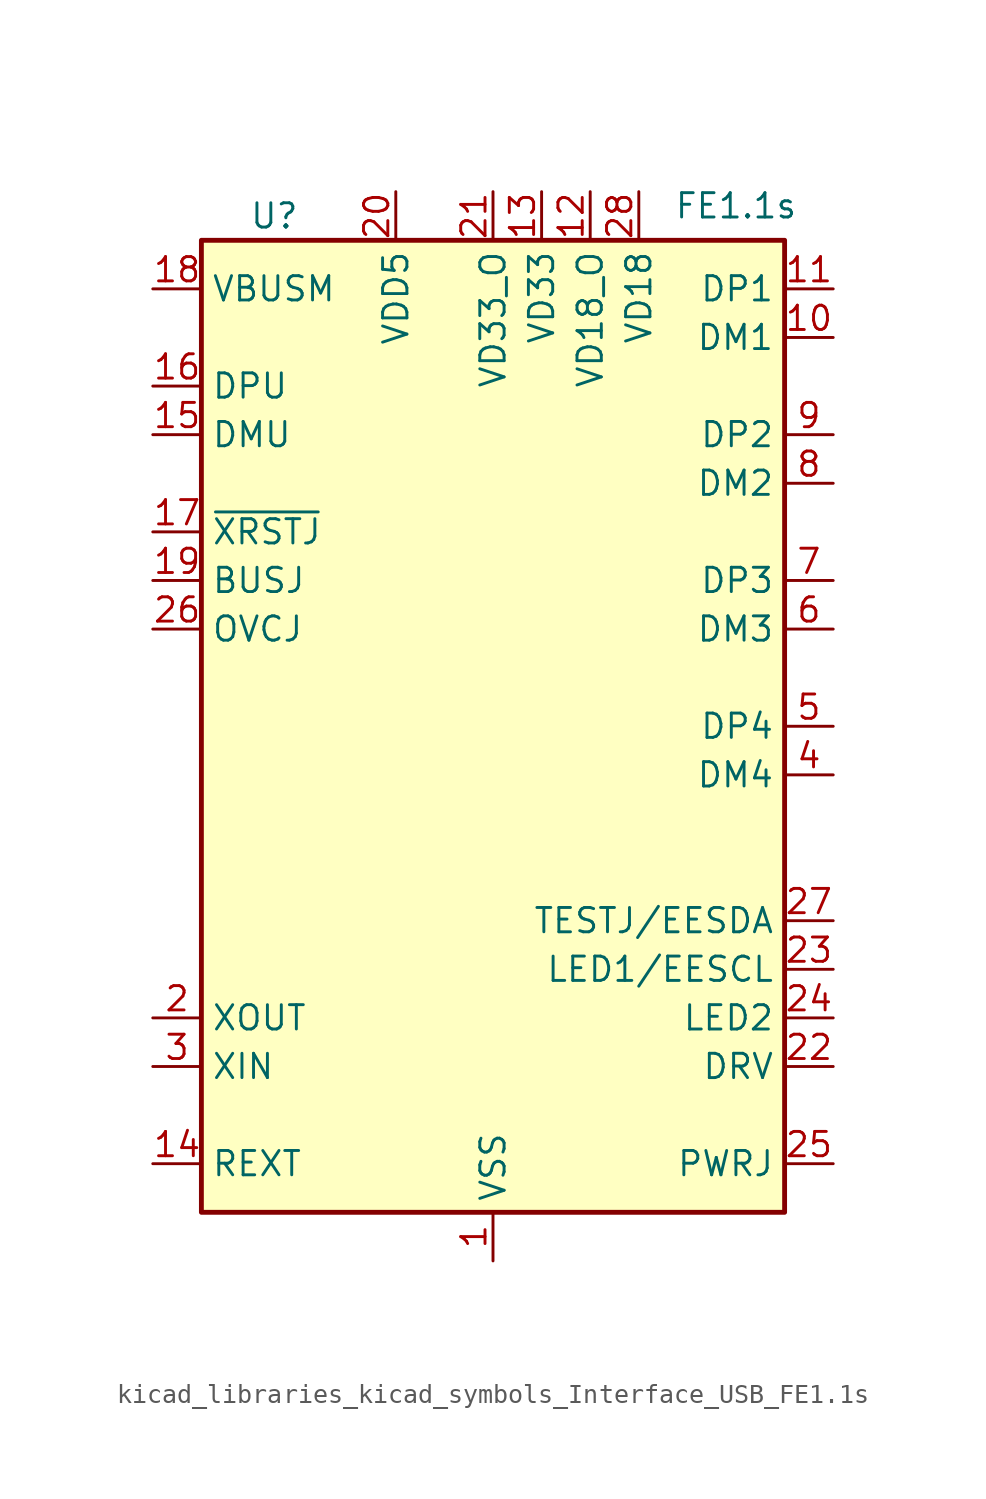
<source format=kicad_sym>
(kicad_symbol_lib
  (version 20220914)
  (generator kicad_symbol_editor)
  (symbol "kicad_libraries_kicad_symbols_Interface_USB_FE1.1s"
    (property "Reference" "U"
      (at -11.43 26.67 0)
      (effects (font (size 1.27 1.27))))
    (property "Value" "FE1.1s"
      (at 12.7 27.94 0)
      (effects (font (size 1.27 1.27)) (justify top)))
    (symbol "kicad_libraries_kicad_symbols_Interface_USB_FE1.1s_0_1"
      (rectangle (start -15.24 25.4) (end 15.24 -25.4) (stroke (width 0.254) (type default)) (fill (type background))))
    (symbol "kicad_libraries_kicad_symbols_Interface_USB_FE1.1s_1_1"
      (pin power_in line (at 0 -27.94 90) (length 2.54) (name "VSS" (effects (font (size 1.27 1.27)))) (number "1" (effects (font (size 1.27 1.27)))))
      (pin bidirectional line (at 17.78 20.32 180) (length 2.54) (name "DM1" (effects (font (size 1.27 1.27)))) (number "10" (effects (font (size 1.27 1.27)))))
      (pin bidirectional line (at 17.78 22.86 180) (length 2.54) (name "DP1" (effects (font (size 1.27 1.27)))) (number "11" (effects (font (size 1.27 1.27)))))
      (pin power_out line (at 5.08 27.94 270) (length 2.54) (name "VD18_O" (effects (font (size 1.27 1.27)))) (number "12" (effects (font (size 1.27 1.27)))))
      (pin power_in line (at 2.54 27.94 270) (length 2.54) (name "VD33" (effects (font (size 1.27 1.27)))) (number "13" (effects (font (size 1.27 1.27)))))
      (pin passive line (at -17.78 -22.86 0) (length 2.54) (name "REXT" (effects (font (size 1.27 1.27)))) (number "14" (effects (font (size 1.27 1.27)))))
      (pin bidirectional line (at -17.78 15.24 0) (length 2.54) (name "DMU" (effects (font (size 1.27 1.27)))) (number "15" (effects (font (size 1.27 1.27)))))
      (pin bidirectional line (at -17.78 17.78 0) (length 2.54) (name "DPU" (effects (font (size 1.27 1.27)))) (number "16" (effects (font (size 1.27 1.27)))))
      (pin input line (at -17.78 10.16 0) (length 2.54) (name "~{XRSTJ}" (effects (font (size 1.27 1.27)))) (number "17" (effects (font (size 1.27 1.27)))))
      (pin input line (at -17.78 22.86 0) (length 2.54) (name "VBUSM" (effects (font (size 1.27 1.27)))) (number "18" (effects (font (size 1.27 1.27)))))
      (pin input line (at -17.78 7.62 0) (length 2.54) (name "BUSJ" (effects (font (size 1.27 1.27)))) (number "19" (effects (font (size 1.27 1.27)))))
      (pin output line (at -17.78 -15.24 0) (length 2.54) (name "XOUT" (effects (font (size 1.27 1.27)))) (number "2" (effects (font (size 1.27 1.27)))))
      (pin power_in line (at -5.08 27.94 270) (length 2.54) (name "VDD5" (effects (font (size 1.27 1.27)))) (number "20" (effects (font (size 1.27 1.27)))))
      (pin power_out line (at 0 27.94 270) (length 2.54) (name "VD33_O" (effects (font (size 1.27 1.27)))) (number "21" (effects (font (size 1.27 1.27)))))
      (pin bidirectional line (at 17.78 -17.78 180) (length 2.54) (name "DRV" (effects (font (size 1.27 1.27)))) (number "22" (effects (font (size 1.27 1.27)))))
      (pin bidirectional line (at 17.78 -12.7 180) (length 2.54) (name "LED1/EESCL" (effects (font (size 1.27 1.27)))) (number "23" (effects (font (size 1.27 1.27)))))
      (pin bidirectional line (at 17.78 -15.24 180) (length 2.54) (name "LED2" (effects (font (size 1.27 1.27)))) (number "24" (effects (font (size 1.27 1.27)))))
      (pin output line (at 17.78 -22.86 180) (length 2.54) (name "PWRJ" (effects (font (size 1.27 1.27)))) (number "25" (effects (font (size 1.27 1.27)))))
      (pin input line (at -17.78 5.08 0) (length 2.54) (name "OVCJ" (effects (font (size 1.27 1.27)))) (number "26" (effects (font (size 1.27 1.27)))))
      (pin bidirectional line (at 17.78 -10.16 180) (length 2.54) (name "TESTJ/EESDA" (effects (font (size 1.27 1.27)))) (number "27" (effects (font (size 1.27 1.27)))))
      (pin power_in line (at 7.62 27.94 270) (length 2.54) (name "VD18" (effects (font (size 1.27 1.27)))) (number "28" (effects (font (size 1.27 1.27)))))
      (pin input line (at -17.78 -17.78 0) (length 2.54) (name "XIN" (effects (font (size 1.27 1.27)))) (number "3" (effects (font (size 1.27 1.27)))))
      (pin bidirectional line (at 17.78 -2.54 180) (length 2.54) (name "DM4" (effects (font (size 1.27 1.27)))) (number "4" (effects (font (size 1.27 1.27)))))
      (pin bidirectional line (at 17.78 0 180) (length 2.54) (name "DP4" (effects (font (size 1.27 1.27)))) (number "5" (effects (font (size 1.27 1.27)))))
      (pin bidirectional line (at 17.78 5.08 180) (length 2.54) (name "DM3" (effects (font (size 1.27 1.27)))) (number "6" (effects (font (size 1.27 1.27)))))
      (pin bidirectional line (at 17.78 7.62 180) (length 2.54) (name "DP3" (effects (font (size 1.27 1.27)))) (number "7" (effects (font (size 1.27 1.27)))))
      (pin bidirectional line (at 17.78 12.7 180) (length 2.54) (name "DM2" (effects (font (size 1.27 1.27)))) (number "8" (effects (font (size 1.27 1.27)))))
      (pin bidirectional line (at 17.78 15.24 180) (length 2.54) (name "DP2" (effects (font (size 1.27 1.27)))) (number "9" (effects (font (size 1.27 1.27))))))))
</source>
